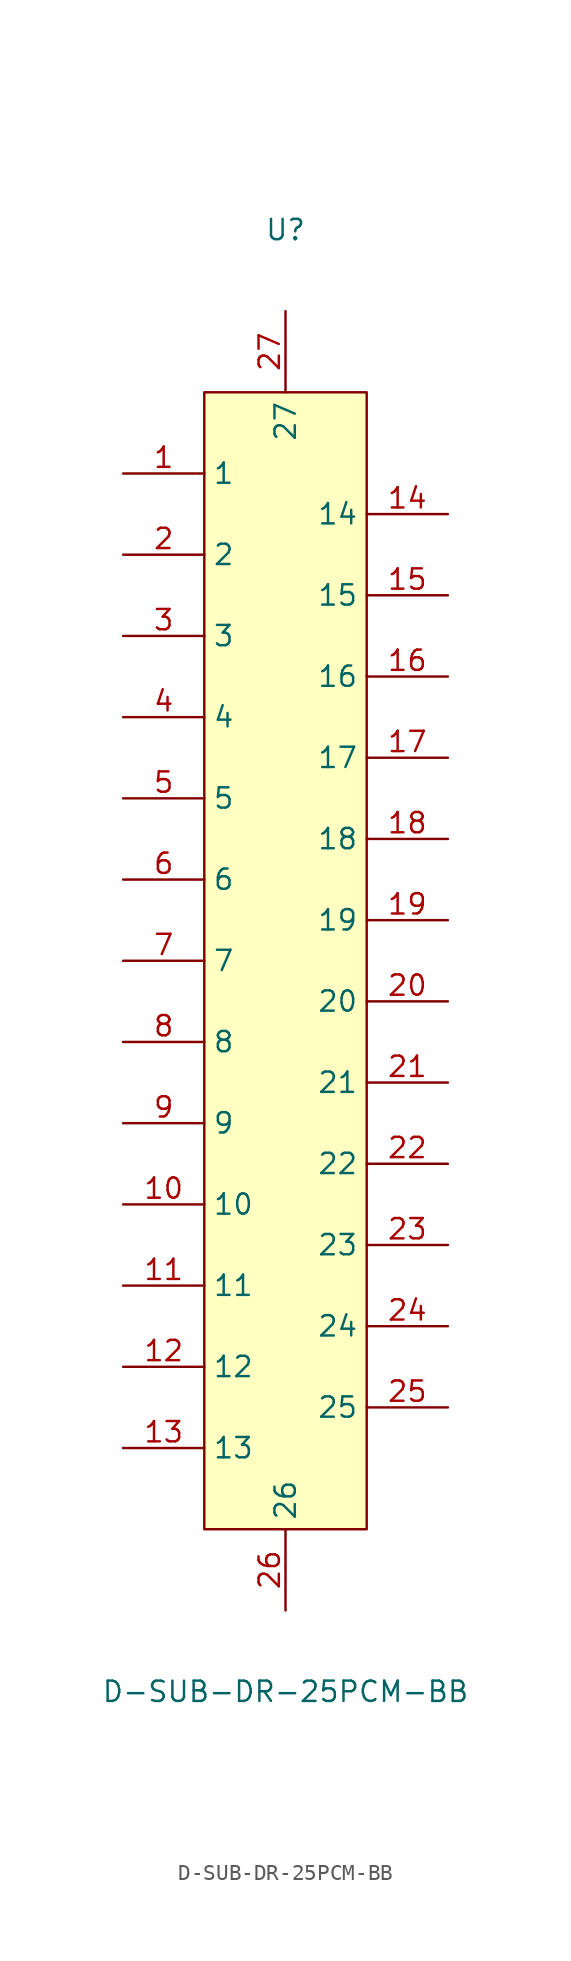
<source format=kicad_sym>
(kicad_symbol_lib
  (version 20240819)
  (generator "kicad_symbol_editor")
  (generator_version "8.99")
  (symbol "D-SUB-DR-25PCM-BB"
    (property "Reference" "U"
      (at 0 45.72 0)
      (effects (font (size 1.27 1.27))))
    (property "Value" "D-SUB-DR-25PCM-BB"
      (at 0 -45.72 0)
      (effects (font (size 1.27 1.27))))
    (symbol "D-SUB-DR-25PCM-BB_0_1"
      (polyline (pts (xy 5.08 33.02)) (stroke (width 0) (type default)) (fill (type background)))
      (polyline (pts (xy 7.62 -33.02)) (stroke (width 0) (type default)) (fill (type background)))
      (pin unspecified line (at -10.16 30.48 0) (length 5.08) (name "1" (effects (font (size 1.27 1.27)))) (number "1" (effects (font (size 1.27 1.27)))))
      (pin unspecified line (at -10.16 25.4 0) (length 5.08) (name "2" (effects (font (size 1.27 1.27)))) (number "2" (effects (font (size 1.27 1.27)))))
      (pin unspecified line (at -10.16 20.32 0) (length 5.08) (name "3" (effects (font (size 1.27 1.27)))) (number "3" (effects (font (size 1.27 1.27)))))
      (pin unspecified line (at -10.16 15.24 0) (length 5.08) (name "4" (effects (font (size 1.27 1.27)))) (number "4" (effects (font (size 1.27 1.27)))))
      (pin unspecified line (at -10.16 10.16 0) (length 5.08) (name "5" (effects (font (size 1.27 1.27)))) (number "5" (effects (font (size 1.27 1.27)))))
      (pin unspecified line (at -10.16 5.08 0) (length 5.08) (name "6" (effects (font (size 1.27 1.27)))) (number "6" (effects (font (size 1.27 1.27)))))
      (pin unspecified line (at -10.16 0 0) (length 5.08) (name "7" (effects (font (size 1.27 1.27)))) (number "7" (effects (font (size 1.27 1.27)))))
      (pin unspecified line (at -10.16 -5.08 0) (length 5.08) (name "8" (effects (font (size 1.27 1.27)))) (number "8" (effects (font (size 1.27 1.27)))))
      (pin unspecified line (at -10.16 -10.16 0) (length 5.08) (name "9" (effects (font (size 1.27 1.27)))) (number "9" (effects (font (size 1.27 1.27)))))
      (pin unspecified line (at -10.16 -15.24 0) (length 5.08) (name "10" (effects (font (size 1.27 1.27)))) (number "10" (effects (font (size 1.27 1.27)))))
      (pin unspecified line (at -10.16 -20.32 0) (length 5.08) (name "11" (effects (font (size 1.27 1.27)))) (number "11" (effects (font (size 1.27 1.27)))))
      (pin unspecified line (at -10.16 -25.4 0) (length 5.08) (name "12" (effects (font (size 1.27 1.27)))) (number "12" (effects (font (size 1.27 1.27)))))
      (pin unspecified line (at -10.16 -30.48 0) (length 5.08) (name "13" (effects (font (size 1.27 1.27)))) (number "13" (effects (font (size 1.27 1.27)))))
      (pin unspecified line (at 0 40.64 270) (length 5.08) (name "27" (effects (font (size 1.27 1.27)))) (number "27" (effects (font (size 1.27 1.27)))))
      (pin unspecified line (at 0 -40.64 90) (length 5.08) (name "26" (effects (font (size 1.27 1.27)))) (number "26" (effects (font (size 1.27 1.27)))))
      (pin unspecified line (at 10.16 27.94 180) (length 5.08) (name "14" (effects (font (size 1.27 1.27)))) (number "14" (effects (font (size 1.27 1.27)))))
      (pin unspecified line (at 10.16 22.86 180) (length 5.08) (name "15" (effects (font (size 1.27 1.27)))) (number "15" (effects (font (size 1.27 1.27)))))
      (pin unspecified line (at 10.16 17.78 180) (length 5.08) (name "16" (effects (font (size 1.27 1.27)))) (number "16" (effects (font (size 1.27 1.27)))))
      (pin unspecified line (at 10.16 12.7 180) (length 5.08) (name "17" (effects (font (size 1.27 1.27)))) (number "17" (effects (font (size 1.27 1.27)))))
      (pin unspecified line (at 10.16 7.62 180) (length 5.08) (name "18" (effects (font (size 1.27 1.27)))) (number "18" (effects (font (size 1.27 1.27)))))
      (pin unspecified line (at 10.16 2.54 180) (length 5.08) (name "19" (effects (font (size 1.27 1.27)))) (number "19" (effects (font (size 1.27 1.27)))))
      (pin unspecified line (at 10.16 -2.54 180) (length 5.08) (name "20" (effects (font (size 1.27 1.27)))) (number "20" (effects (font (size 1.27 1.27)))))
      (pin unspecified line (at 10.16 -7.62 180) (length 5.08) (name "21" (effects (font (size 1.27 1.27)))) (number "21" (effects (font (size 1.27 1.27)))))
      (pin unspecified line (at 10.16 -12.7 180) (length 5.08) (name "22" (effects (font (size 1.27 1.27)))) (number "22" (effects (font (size 1.27 1.27)))))
      (pin unspecified line (at 10.16 -17.78 180) (length 5.08) (name "23" (effects (font (size 1.27 1.27)))) (number "23" (effects (font (size 1.27 1.27)))))
      (pin unspecified line (at 10.16 -22.86 180) (length 5.08) (name "24" (effects (font (size 1.27 1.27)))) (number "24" (effects (font (size 1.27 1.27)))))
      (pin unspecified line (at 10.16 -27.94 180) (length 5.08) (name "25" (effects (font (size 1.27 1.27)))) (number "25" (effects (font (size 1.27 1.27))))))
    (symbol "D-SUB-DR-25PCM-BB_1_1"
      (rectangle (start -5.08 35.56) (end 5.08 -35.56) (stroke (width 0) (type default)) (fill (type background))))))
</source>
